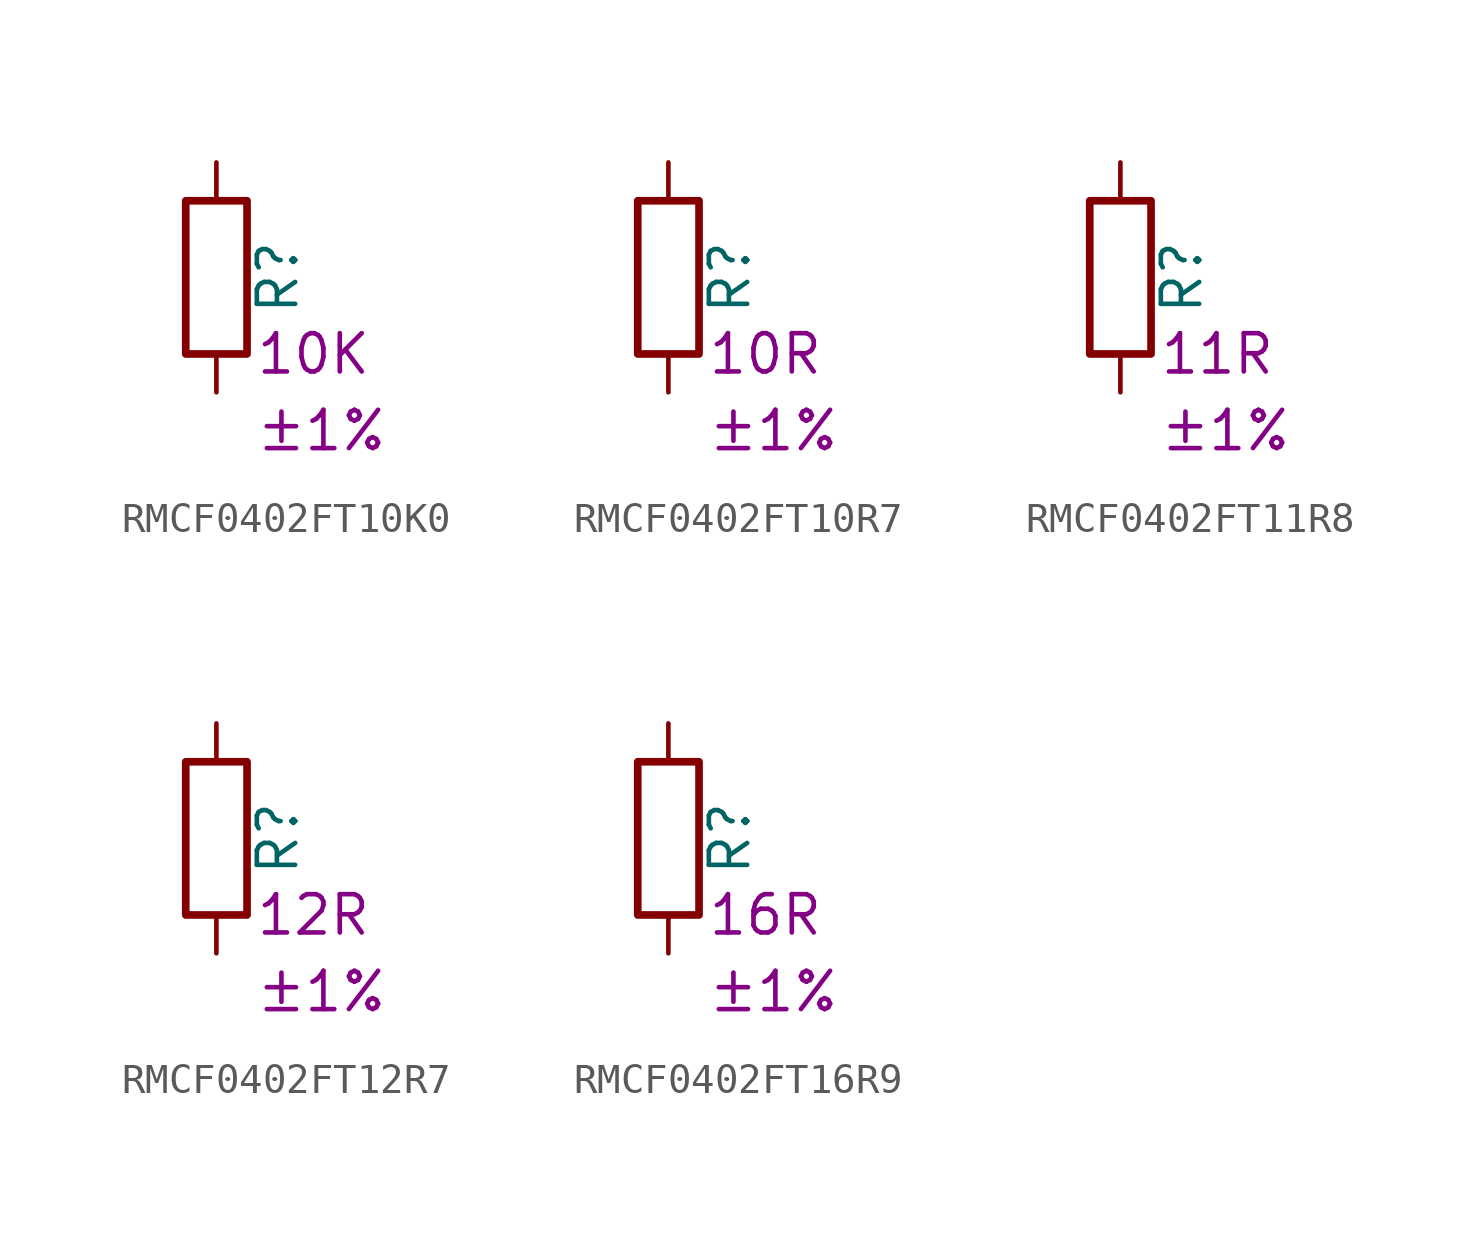
<source format=kicad_sym>
(kicad_symbol_lib
  (version 20220914)
  (generator kicad_symbol_editor)
  (symbol "RMCF0402FT10K0"
    (pin_numbers hide)
    (pin_names
      (offset 0))
    (property "Reference" "R"
      (at 2.032 0 90)
      (effects (font (size 1.27 1.27))))
    (property "Resistance" "10K"
      (at 1.27 -2.54 0)
      (effects (font (size 1.27 1.27)) (justify left)))
    (property "Tolerance" "±1%"
      (at 1.27 -5.08 0)
      (effects (font (size 1.27 1.27)) (justify left)))
    (symbol "RMCF0402FT10K0_0_1"
      (rectangle (start -1.016 -2.54) (end 1.016 2.54) (stroke (width 0.254) (type default)) (fill (type none))))
    (symbol "RMCF0402FT10K0_1_1"
      (pin passive line (at 0 3.81 270) (length 1.27) (name "~" (effects (font (size 1.27 1.27)))) (number "1" (effects (font (size 1.27 1.27)))))
      (pin passive line (at 0 -3.81 90) (length 1.27) (name "~" (effects (font (size 1.27 1.27)))) (number "2" (effects (font (size 1.27 1.27)))))))
  (symbol "RMCF0402FT10R7"
    (pin_numbers hide)
    (pin_names
      (offset 0))
    (property "Reference" "R"
      (at 2.032 0 90)
      (effects (font (size 1.27 1.27))))
    (property "Resistance" "10R"
      (at 1.27 -2.54 0)
      (effects (font (size 1.27 1.27)) (justify left)))
    (property "Tolerance" "±1%"
      (at 1.27 -5.08 0)
      (effects (font (size 1.27 1.27)) (justify left)))
    (symbol "RMCF0402FT10R7_0_1"
      (rectangle (start -1.016 -2.54) (end 1.016 2.54) (stroke (width 0.254) (type default)) (fill (type none))))
    (symbol "RMCF0402FT10R7_1_1"
      (pin passive line (at 0 3.81 270) (length 1.27) (name "~" (effects (font (size 1.27 1.27)))) (number "1" (effects (font (size 1.27 1.27)))))
      (pin passive line (at 0 -3.81 90) (length 1.27) (name "~" (effects (font (size 1.27 1.27)))) (number "2" (effects (font (size 1.27 1.27)))))))
  (symbol "RMCF0402FT11R8"
    (pin_numbers hide)
    (pin_names
      (offset 0))
    (property "Reference" "R"
      (at 2.032 0 90)
      (effects (font (size 1.27 1.27))))
    (property "Resistance" "11R"
      (at 1.27 -2.54 0)
      (effects (font (size 1.27 1.27)) (justify left)))
    (property "Tolerance" "±1%"
      (at 1.27 -5.08 0)
      (effects (font (size 1.27 1.27)) (justify left)))
    (symbol "RMCF0402FT11R8_0_1"
      (rectangle (start -1.016 -2.54) (end 1.016 2.54) (stroke (width 0.254) (type default)) (fill (type none))))
    (symbol "RMCF0402FT11R8_1_1"
      (pin passive line (at 0 3.81 270) (length 1.27) (name "~" (effects (font (size 1.27 1.27)))) (number "1" (effects (font (size 1.27 1.27)))))
      (pin passive line (at 0 -3.81 90) (length 1.27) (name "~" (effects (font (size 1.27 1.27)))) (number "2" (effects (font (size 1.27 1.27)))))))
  (symbol "RMCF0402FT12R7"
    (pin_numbers hide)
    (pin_names
      (offset 0))
    (property "Reference" "R"
      (at 2.032 0 90)
      (effects (font (size 1.27 1.27))))
    (property "Resistance" "12R"
      (at 1.27 -2.54 0)
      (effects (font (size 1.27 1.27)) (justify left)))
    (property "Tolerance" "±1%"
      (at 1.27 -5.08 0)
      (effects (font (size 1.27 1.27)) (justify left)))
    (symbol "RMCF0402FT12R7_0_1"
      (rectangle (start -1.016 -2.54) (end 1.016 2.54) (stroke (width 0.254) (type default)) (fill (type none))))
    (symbol "RMCF0402FT12R7_1_1"
      (pin passive line (at 0 3.81 270) (length 1.27) (name "~" (effects (font (size 1.27 1.27)))) (number "1" (effects (font (size 1.27 1.27)))))
      (pin passive line (at 0 -3.81 90) (length 1.27) (name "~" (effects (font (size 1.27 1.27)))) (number "2" (effects (font (size 1.27 1.27)))))))
  (symbol "RMCF0402FT16R9"
    (pin_numbers hide)
    (pin_names
      (offset 0))
    (property "Reference" "R"
      (at 2.032 0 90)
      (effects (font (size 1.27 1.27))))
    (property "Resistance" "16R"
      (at 1.27 -2.54 0)
      (effects (font (size 1.27 1.27)) (justify left)))
    (property "Tolerance" "±1%"
      (at 1.27 -5.08 0)
      (effects (font (size 1.27 1.27)) (justify left)))
    (symbol "RMCF0402FT16R9_0_1"
      (rectangle (start -1.016 -2.54) (end 1.016 2.54) (stroke (width 0.254) (type default)) (fill (type none))))
    (symbol "RMCF0402FT16R9_1_1"
      (pin passive line (at 0 3.81 270) (length 1.27) (name "~" (effects (font (size 1.27 1.27)))) (number "1" (effects (font (size 1.27 1.27)))))
      (pin passive line (at 0 -3.81 90) (length 1.27) (name "~" (effects (font (size 1.27 1.27)))) (number "2" (effects (font (size 1.27 1.27))))))))
</source>
